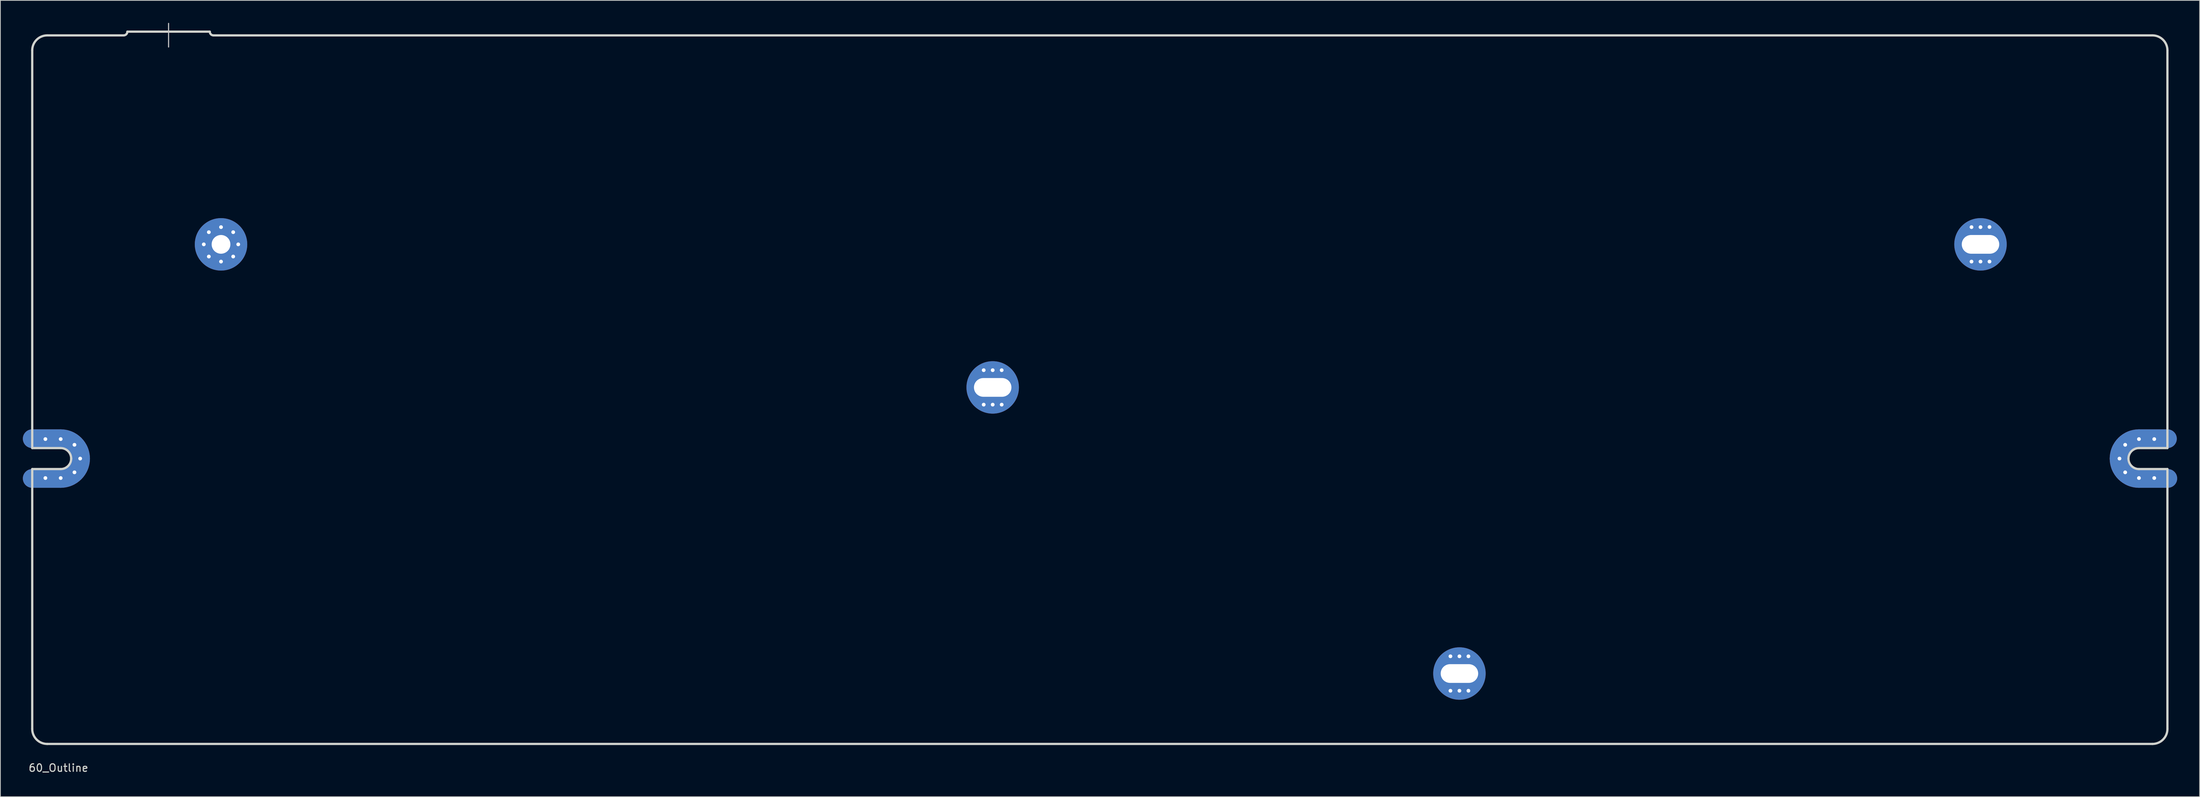
<source format=kicad_pcb>
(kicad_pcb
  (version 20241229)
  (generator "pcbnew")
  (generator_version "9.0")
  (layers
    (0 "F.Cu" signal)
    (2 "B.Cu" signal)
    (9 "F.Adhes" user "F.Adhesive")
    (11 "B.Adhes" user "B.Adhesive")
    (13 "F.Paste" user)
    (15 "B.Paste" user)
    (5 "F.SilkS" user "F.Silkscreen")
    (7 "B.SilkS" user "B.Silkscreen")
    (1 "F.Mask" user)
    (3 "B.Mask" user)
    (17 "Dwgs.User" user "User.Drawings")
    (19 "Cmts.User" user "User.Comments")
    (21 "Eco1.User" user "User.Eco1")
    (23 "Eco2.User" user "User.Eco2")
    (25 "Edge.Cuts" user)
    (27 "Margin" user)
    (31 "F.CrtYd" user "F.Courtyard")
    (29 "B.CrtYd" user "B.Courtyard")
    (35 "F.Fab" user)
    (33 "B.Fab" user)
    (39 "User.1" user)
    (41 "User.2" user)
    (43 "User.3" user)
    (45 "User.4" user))
  (footprint "60_Outline"
    (layer "F.Cu")
    (at 143.751 48.975)
    (property "Reference" "60_Outline" (at -139 50.5 0) (layer "Edge.Cuts") (effects (font (size 1 1) (thickness 0.15))))
    (attr through_hole)
    (fp_line (start -142.5 6.549) (end -138.7 6.549) (stroke (width 2.502) (type solid)) (layer "F.Cu"))
    (fp_line (start -142.5 11.851) (end -138.7 11.851) (stroke (width 2.502) (type solid)) (layer "F.Cu"))
    (fp_line (start 138.7 6.549) (end 142.5 6.549) (stroke (width 2.502) (type solid)) (layer "F.Cu"))
    (fp_line (start 138.7 11.851) (end 142.55 11.851) (stroke (width 2.502) (type solid)) (layer "F.Cu"))
    (fp_arc (start -138.7 6.54905) (mid -136.825495 7.325495) (end -136.04905 9.2) (stroke (width 2.5019) (type solid)) (layer "F.Cu"))
    (fp_arc (start -136.04905 9.2) (mid -136.825495 11.074505) (end -138.7 11.85095) (stroke (width 2.5019) (type solid)) (layer "F.Cu"))
    (fp_arc (start 136.04905 9.2) (mid 136.825495 7.325495) (end 138.7 6.54905) (stroke (width 2.5019) (type solid)) (layer "F.Cu"))
    (fp_arc (start 138.7 11.85095) (mid 136.825495 11.074505) (end 136.04905 9.2) (stroke (width 2.5019) (type solid)) (layer "F.Cu"))
    (fp_line (start -142.5 6.549) (end -138.7 6.549) (stroke (width 2.502) (type solid)) (layer "F.Mask"))
    (fp_line (start -142.5 11.851) (end -138.7 11.851) (stroke (width 2.502) (type solid)) (layer "F.Mask"))
    (fp_line (start 138.7 6.549) (end 142.5 6.549) (stroke (width 2.502) (type solid)) (layer "F.Mask"))
    (fp_line (start 138.7 11.851) (end 142.55 11.851) (stroke (width 2.502) (type solid)) (layer "F.Mask"))
    (fp_arc (start -138.7 6.54905) (mid -136.825495 7.325495) (end -136.04905 9.2) (stroke (width 2.5019) (type solid)) (layer "F.Mask"))
    (fp_arc (start -136.04905 9.2) (mid -136.825495 11.074505) (end -138.7 11.85095) (stroke (width 2.5019) (type solid)) (layer "F.Mask"))
    (fp_arc (start 136.04905 9.2) (mid 136.825495 7.325495) (end 138.7 6.54905) (stroke (width 2.5019) (type solid)) (layer "F.Mask"))
    (fp_arc (start 138.7 11.85095) (mid 136.825495 11.074505) (end 136.04905 9.2) (stroke (width 2.5019) (type solid)) (layer "F.Mask"))
    (fp_line (start -142.5 6.549) (end -138.7 6.549) (stroke (width 2.502) (type solid)) (layer "B.Cu"))
    (fp_line (start -142.5 11.851) (end -138.7 11.851) (stroke (width 2.502) (type solid)) (layer "B.Cu"))
    (fp_line (start 138.7 6.549) (end 142.5 6.549) (stroke (width 2.502) (type solid)) (layer "B.Cu"))
    (fp_line (start 138.7 11.851) (end 142.55 11.851) (stroke (width 2.502) (type solid)) (layer "B.Cu"))
    (fp_arc (start -138.7 6.54905) (mid -136.825495 7.325495) (end -136.04905 9.2) (stroke (width 2.5019) (type solid)) (layer "B.Cu"))
    (fp_arc (start -136.04905 9.2) (mid -136.825495 11.074505) (end -138.7 11.85095) (stroke (width 2.5019) (type solid)) (layer "B.Cu"))
    (fp_arc (start 136.04905 9.2) (mid 136.825495 7.325495) (end 138.7 6.54905) (stroke (width 2.5019) (type solid)) (layer "B.Cu"))
    (fp_arc (start 138.7 11.85095) (mid 136.825495 11.074505) (end 136.04905 9.2) (stroke (width 2.5019) (type solid)) (layer "B.Cu"))
    (fp_line (start -142.5 6.549) (end -138.7 6.549) (stroke (width 2.502) (type solid)) (layer "B.Mask"))
    (fp_line (start -142.5 11.851) (end -138.7 11.851) (stroke (width 2.502) (type solid)) (layer "B.Mask"))
    (fp_line (start 138.7 6.549) (end 142.5 6.549) (stroke (width 2.502) (type solid)) (layer "B.Mask"))
    (fp_line (start 138.7 11.851) (end 142.55 11.851) (stroke (width 2.502) (type solid)) (layer "B.Mask"))
    (fp_arc (start -138.7 6.54905) (mid -136.825495 7.325495) (end -136.04905 9.2) (stroke (width 2.5019) (type solid)) (layer "B.Mask"))
    (fp_arc (start -136.04905 9.2) (mid -136.825495 11.074505) (end -138.7 11.85095) (stroke (width 2.5019) (type solid)) (layer "B.Mask"))
    (fp_arc (start 136.04905 9.2) (mid 136.825495 7.325495) (end 138.7 6.54905) (stroke (width 2.5019) (type solid)) (layer "B.Mask"))
    (fp_arc (start 138.7 11.85095) (mid 136.825495 11.074505) (end 136.04905 9.2) (stroke (width 2.5019) (type solid)) (layer "B.Mask"))
    (fp_line (start -124.3 -48.9) (end -124.3 -45.75) (stroke (width 0.15) (type solid)) (layer "Dwgs.User"))
    (fp_line (start -142.5 7.8) (end -142.5 -45.3) (stroke (width 0.3) (type solid)) (layer "Edge.Cuts"))
    (fp_line (start -142.5 10.6) (end -138.7 10.6) (stroke (width 0.3) (type solid)) (layer "Edge.Cuts"))
    (fp_line (start -142.5 45.3) (end -142.5 10.6) (stroke (width 0.3) (type solid)) (layer "Edge.Cuts"))
    (fp_line (start -140.5 -47.3) (end -130.3 -47.3) (stroke (width 0.3) (type solid)) (layer "Edge.Cuts"))
    (fp_line (start -140.5 47.3) (end 140.5 47.3) (stroke (width 0.3) (type solid)) (layer "Edge.Cuts"))
    (fp_line (start -138.7 7.8) (end -142.5 7.8) (stroke (width 0.3) (type solid)) (layer "Edge.Cuts"))
    (fp_line (start -129.8 -47.8) (end -118.8 -47.8) (stroke (width 0.3) (type solid)) (layer "Edge.Cuts"))
    (fp_line (start 138.7 7.8) (end 142.5 7.8) (stroke (width 0.3) (type solid)) (layer "Edge.Cuts"))
    (fp_line (start 138.7 10.6) (end 142.5 10.6) (stroke (width 0.3) (type solid)) (layer "Edge.Cuts"))
    (fp_line (start 140.5 -47.3) (end -118.3 -47.3) (stroke (width 0.3) (type solid)) (layer "Edge.Cuts"))
    (fp_line (start 142.5 7.8) (end 142.5 -45.3) (stroke (width 0.3) (type solid)) (layer "Edge.Cuts"))
    (fp_line (start 142.5 10.6) (end 142.5 45.3) (stroke (width 0.3) (type solid)) (layer "Edge.Cuts"))
    (fp_arc (start -142.5 -45.3) (mid -141.914214 -46.714214) (end -140.5 -47.3) (stroke (width 0.3) (type solid)) (layer "Edge.Cuts"))
    (fp_arc (start -140.5 47.3) (mid -141.914214 46.714214) (end -142.5 45.3) (stroke (width 0.3) (type solid)) (layer "Edge.Cuts"))
    (fp_arc (start -138.7 7.8) (mid -137.710051 8.210051) (end -137.3 9.2) (stroke (width 0.3) (type solid)) (layer "Edge.Cuts"))
    (fp_arc (start -137.3 9.2) (mid -137.710051 10.189949) (end -138.7 10.6) (stroke (width 0.3) (type solid)) (layer "Edge.Cuts"))
    (fp_arc (start -129.8 -47.8) (mid -129.946447 -47.446447) (end -130.3 -47.3) (stroke (width 0.3) (type solid)) (layer "Edge.Cuts"))
    (fp_arc (start -118.3 -47.3) (mid -118.653553 -47.446447) (end -118.8 -47.8) (stroke (width 0.3) (type solid)) (layer "Edge.Cuts"))
    (fp_arc (start 137.3 9.2) (mid 137.710051 8.210051) (end 138.7 7.8) (stroke (width 0.3) (type solid)) (layer "Edge.Cuts"))
    (fp_arc (start 138.7 10.6) (mid 137.710051 10.189949) (end 137.3 9.2) (stroke (width 0.3) (type solid)) (layer "Edge.Cuts"))
    (fp_arc (start 140.5 -47.3) (mid 141.914214 -46.714214) (end 142.5 -45.3) (stroke (width 0.3) (type solid)) (layer "Edge.Cuts"))
    (fp_arc (start 142.5 45.3) (mid 141.914214 46.714214) (end 140.5 47.3) (stroke (width 0.3) (type solid)) (layer "Edge.Cuts"))
    (pad "1" thru_hole circle (at -140.742 6.6) (size 1 1) (drill 0.5) (layers "*.Cu" "*.Mask"))
    (pad "1" thru_hole circle (at -140.742 11.8) (size 1 1) (drill 0.5) (layers "*.Cu" "*.Mask"))
    (pad "1" thru_hole circle (at -138.7 6.6) (size 1 1) (drill 0.5) (layers "*.Cu" "*.Mask"))
    (pad "1" thru_hole circle (at -138.7 11.8) (size 1 1) (drill 0.5) (layers "*.Cu" "*.Mask"))
    (pad "1" thru_hole circle (at -136.862 7.362) (size 1 1) (drill 0.5) (layers "*.Cu" "*.Mask"))
    (pad "1" thru_hole circle (at -136.862 11.038) (size 1 1) (drill 0.5) (layers "*.Cu" "*.Mask"))
    (pad "1" thru_hole circle (at -136.1 9.2) (size 1 1) (drill 0.5) (layers "*.Cu" "*.Mask"))
    (pad "1" thru_hole circle (at -119.6 -19.4) (size 1 1) (drill 0.5) (layers "*.Cu" "*.Mask"))
    (pad "1" thru_hole circle (at -118.926 -21.026) (size 1 1) (drill 0.5) (layers "*.Cu" "*.Mask"))
    (pad "1" thru_hole circle (at -118.926 -17.774) (size 1 1) (drill 0.5) (layers "*.Cu" "*.Mask"))
    (pad "1" thru_hole circle (at -117.3 -21.7) (size 1 1) (drill 0.5) (layers "*.Cu" "*.Mask"))
    (pad "1" thru_hole circle (at -117.3 -19.4) (size 7.001 7.001) (drill 2.499) (layers "*.Cu" "*.Mask"))
    (pad "1" thru_hole circle (at -117.3 -17.1) (size 1 1) (drill 0.5) (layers "*.Cu" "*.Mask"))
    (pad "1" thru_hole circle (at -115.674 -21.026) (size 1 1) (drill 0.5) (layers "*.Cu" "*.Mask"))
    (pad "1" thru_hole circle (at -115.674 -17.774) (size 1 1) (drill 0.5) (layers "*.Cu" "*.Mask"))
    (pad "1" thru_hole circle (at -115 -19.4) (size 1 1) (drill 0.5) (layers "*.Cu" "*.Mask"))
    (pad "1" thru_hole circle (at -15.5 -2.6) (size 1 1) (drill 0.5) (layers "*.Cu" "*.Mask"))
    (pad "1" thru_hole circle (at -15.5 2) (size 1 1) (drill 0.5) (layers "*.Cu" "*.Mask"))
    (pad "1" thru_hole circle (at -14.3 -2.6) (size 1 1) (drill 0.5) (layers "*.Cu" "*.Mask"))
    (pad "1" thru_hole circle (at -14.3 -0.3) (size 7 7) (drill oval 5.001 2.499) (layers "*.Cu" "*.Mask"))
    (pad "1" thru_hole circle (at -14.3 2) (size 1 1) (drill 0.5) (layers "*.Cu" "*.Mask"))
    (pad "1" thru_hole circle (at -13.1 -2.6) (size 1 1) (drill 0.5) (layers "*.Cu" "*.Mask"))
    (pad "1" thru_hole circle (at -13.1 2) (size 1 1) (drill 0.5) (layers "*.Cu" "*.Mask"))
    (pad "1" thru_hole circle (at 46.8 35.6) (size 1 1) (drill 0.5) (layers "*.Cu" "*.Mask"))
    (pad "1" thru_hole circle (at 46.8 40.2) (size 1 1) (drill 0.5) (layers "*.Cu" "*.Mask"))
    (pad "1" thru_hole circle (at 48 35.6) (size 1 1) (drill 0.5) (layers "*.Cu" "*.Mask"))
    (pad "1" thru_hole circle (at 48 37.9) (size 7 7) (drill oval 5.001 2.499) (layers "*.Cu" "*.Mask"))
    (pad "1" thru_hole circle (at 48 40.2) (size 1 1) (drill 0.5) (layers "*.Cu" "*.Mask"))
    (pad "1" thru_hole circle (at 49.2 35.6) (size 1 1) (drill 0.5) (layers "*.Cu" "*.Mask"))
    (pad "1" thru_hole circle (at 49.2 40.2) (size 1 1) (drill 0.5) (layers "*.Cu" "*.Mask"))
    (pad "1" thru_hole circle (at 116.35 -21.7) (size 1 1) (drill 0.5) (layers "*.Cu" "*.Mask"))
    (pad "1" thru_hole circle (at 116.35 -17.1) (size 1 1) (drill 0.5) (layers "*.Cu" "*.Mask"))
    (pad "1" thru_hole circle (at 117.55 -21.7) (size 1 1) (drill 0.5) (layers "*.Cu" "*.Mask"))
    (pad "1" thru_hole circle (at 117.55 -19.4) (size 7 7) (drill oval 5.001 2.499) (layers "*.Cu" "*.Mask"))
    (pad "1" thru_hole circle (at 117.55 -17.1) (size 1 1) (drill 0.5) (layers "*.Cu" "*.Mask"))
    (pad "1" thru_hole circle (at 118.75 -21.717) (size 1 1) (drill 0.5) (layers "*.Cu" "*.Mask"))
    (pad "1" thru_hole circle (at 118.75 -17.1) (size 1 1) (drill 0.5) (layers "*.Cu" "*.Mask"))
    (pad "1" thru_hole circle (at 136.1 9.2) (size 1 1) (drill 0.5) (layers "*.Cu" "*.Mask"))
    (pad "1" thru_hole circle (at 136.862 7.362) (size 1 1) (drill 0.5) (layers "*.Cu" "*.Mask"))
    (pad "1" thru_hole circle (at 136.862 11.038) (size 1 1) (drill 0.5) (layers "*.Cu" "*.Mask"))
    (pad "1" thru_hole circle (at 138.7 6.6) (size 1 1) (drill 0.5) (layers "*.Cu" "*.Mask"))
    (pad "1" thru_hole circle (at 138.7 11.8) (size 1 1) (drill 0.5) (layers "*.Cu" "*.Mask"))
    (pad "1" thru_hole circle (at 140.742 6.6) (size 1 1) (drill 0.5) (layers "*.Cu" "*.Mask"))
    (pad "1" thru_hole circle (at 140.742 11.8) (size 1 1) (drill 0.5) (layers "*.Cu" "*.Mask")))
  (gr_rect
    (start -3 -3)
    (end 290.552 103.323)
    (stroke (width 0.1) (type default))
    (fill no)
    (layer "Edge.Cuts")))
</source>
